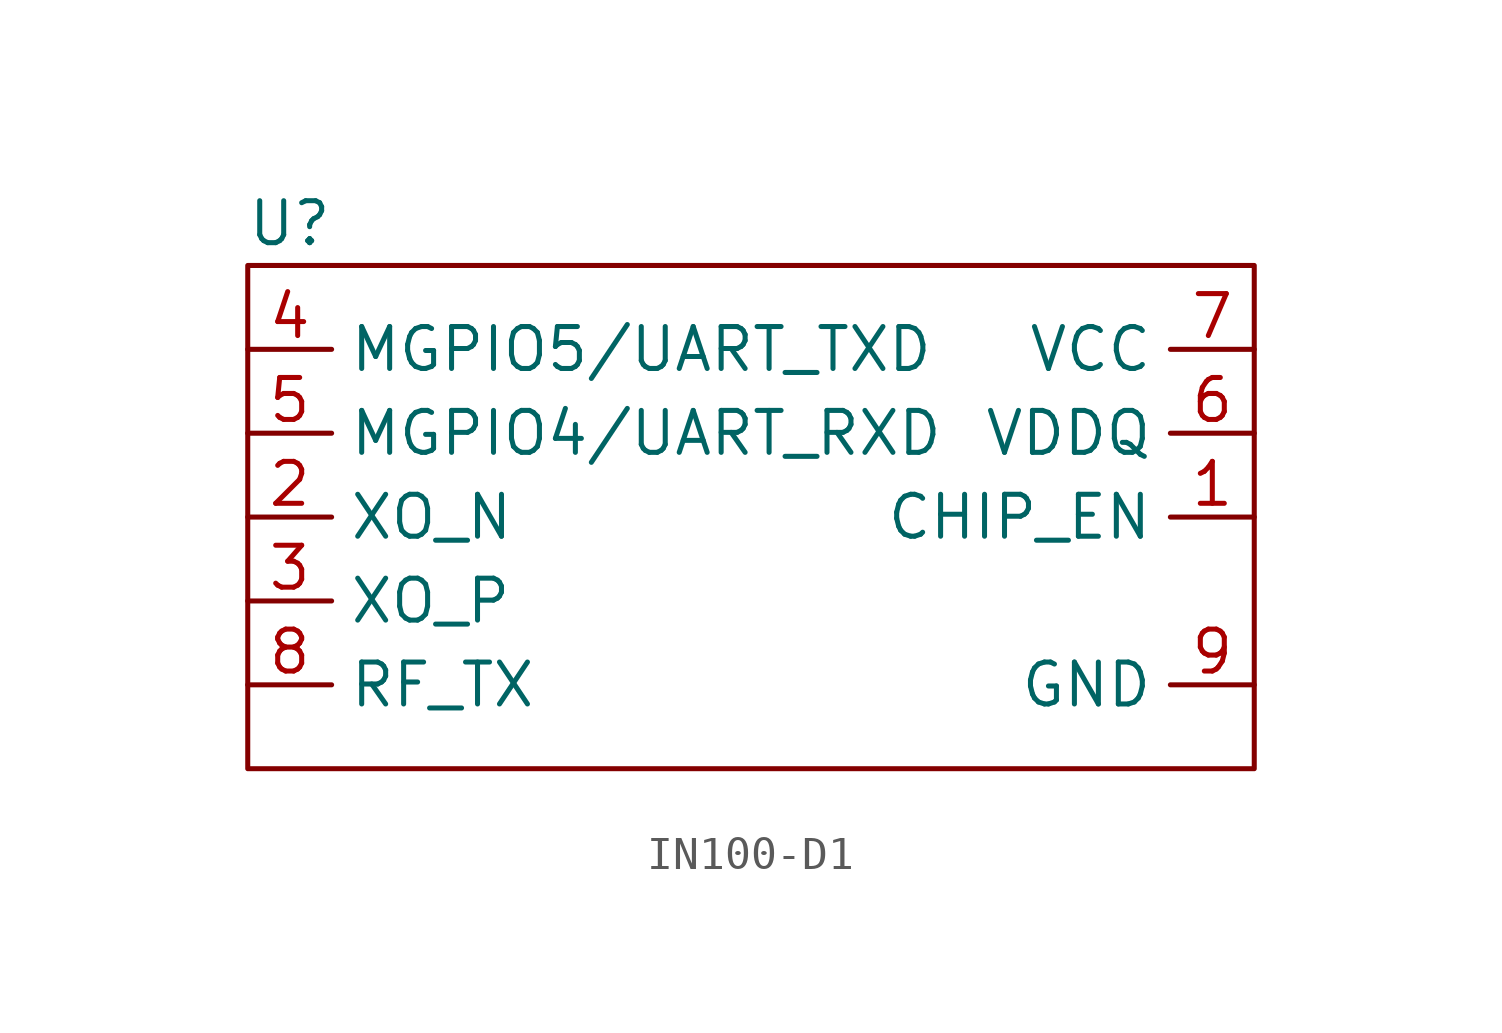
<source format=kicad_sym>
(kicad_symbol_lib
  (version 20231120)
  (generator "kicad_symbol_editor")
  (generator_version "8.0")
  (symbol "IN100-D1"
    (property "Reference" "U"
      (at 1.27 1.27 0)
      (effects (font (size 1.27 1.27))))
    (property "Value" ""
      (at 0 0 0)
      (effects (font (size 1.27 1.27))))
    (symbol "IN100-D1_0_0"
      (pin input line (at 30.48 -7.62 180) (length 2.54) (name "CHIP_EN" (effects (font (size 1.27 1.27)))) (number "1" (effects (font (size 1.27 1.27)))))
      (pin passive line (at 0 -7.62 0) (length 2.54) (name "XO_N" (effects (font (size 1.27 1.27)))) (number "2" (effects (font (size 1.27 1.27)))))
      (pin passive line (at 0 -10.16 0) (length 2.54) (name "XO_P" (effects (font (size 1.27 1.27)))) (number "3" (effects (font (size 1.27 1.27)))))
      (pin bidirectional line (at 0 -2.54 0) (length 2.54) (name "MGPIO5/UART_TXD" (effects (font (size 1.27 1.27)))) (number "4" (effects (font (size 1.27 1.27)))))
      (pin bidirectional line (at 0 -5.08 0) (length 2.54) (name "MGPIO4/UART_RXD" (effects (font (size 1.27 1.27)))) (number "5" (effects (font (size 1.27 1.27)))))
      (pin power_in line (at 30.48 -5.08 180) (length 2.54) (name "VDDQ" (effects (font (size 1.27 1.27)))) (number "6" (effects (font (size 1.27 1.27)))))
      (pin power_in line (at 30.48 -2.54 180) (length 2.54) (name "VCC" (effects (font (size 1.27 1.27)))) (number "7" (effects (font (size 1.27 1.27)))))
      (pin output line (at 0 -12.7 0) (length 2.54) (name "RF_TX" (effects (font (size 1.27 1.27)))) (number "8" (effects (font (size 1.27 1.27)))))
      (pin passive line (at 30.48 -12.7 180) (length 2.54) (name "GND" (effects (font (size 1.27 1.27)))) (number "9" (effects (font (size 1.27 1.27))))))
    (symbol "IN100-D1_0_1"
      (rectangle (start 0 0) (end 30.48 -15.24) (stroke (width 0) (type default)) (fill (type none))))))
</source>
